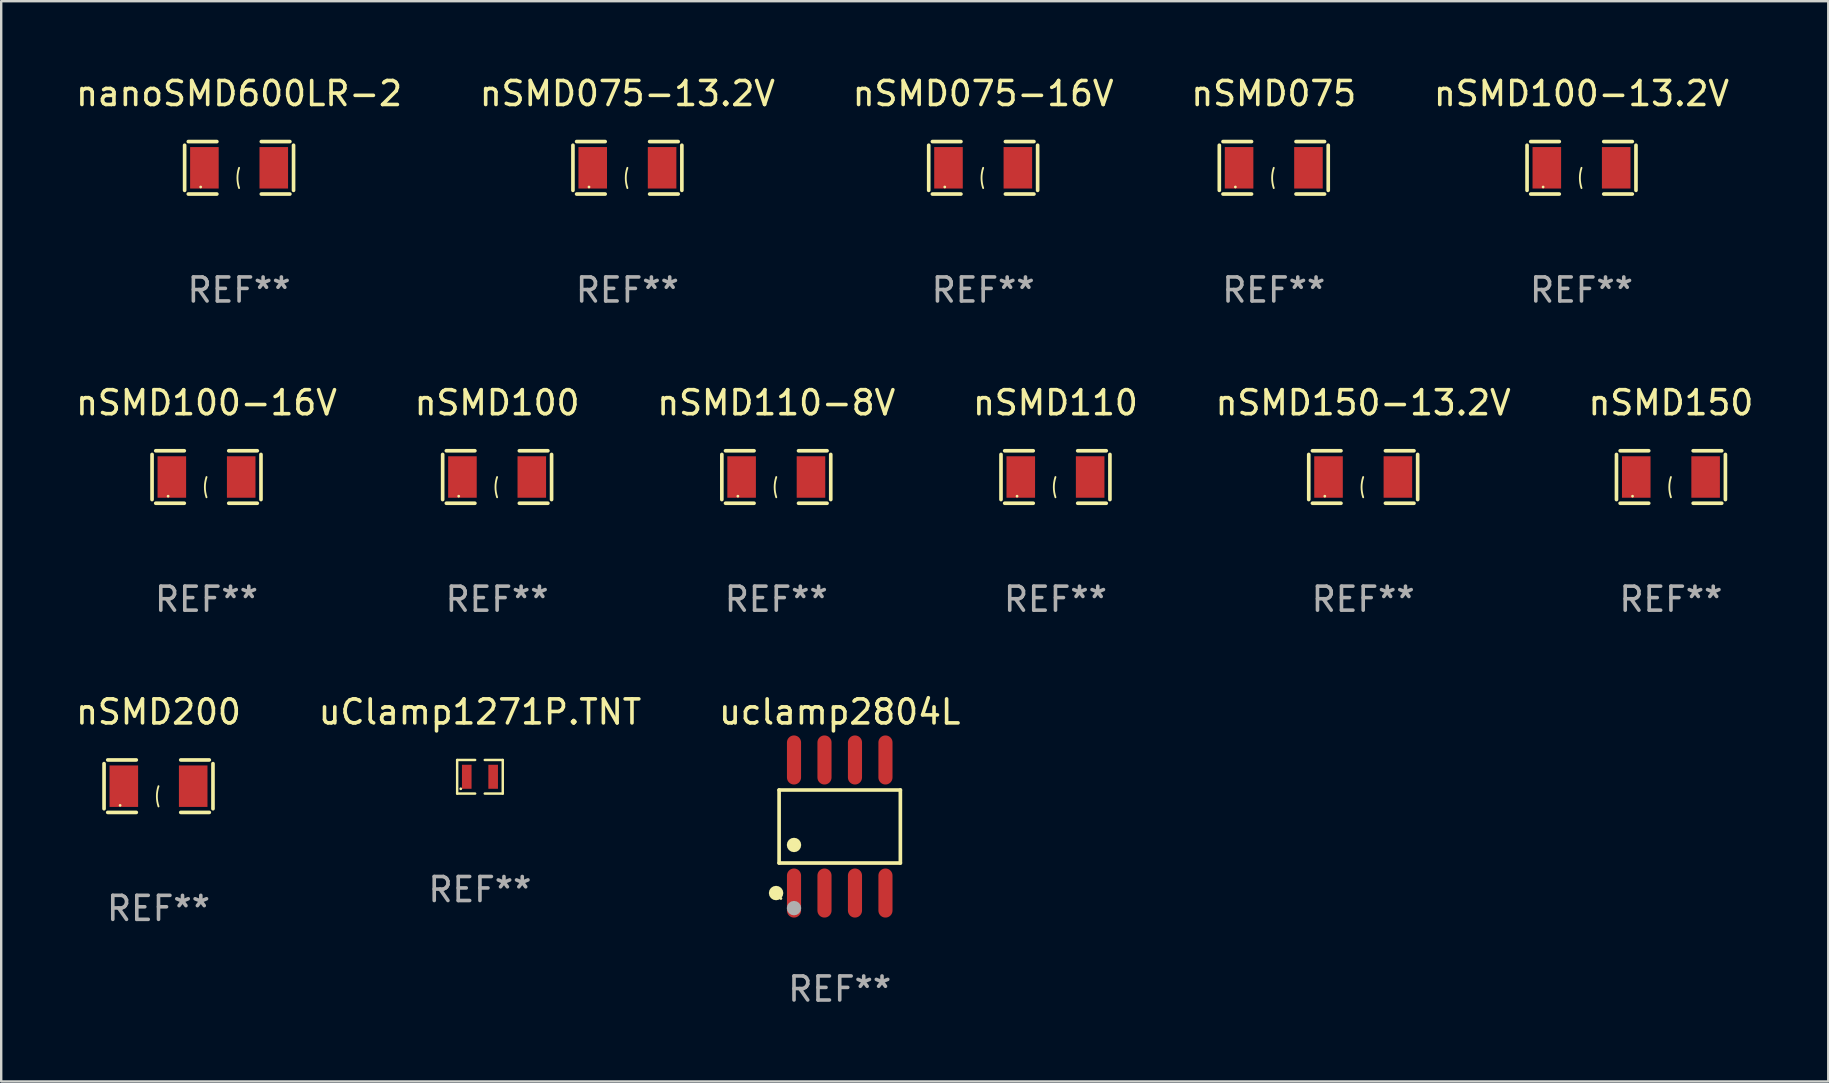
<source format=kicad_pcb>
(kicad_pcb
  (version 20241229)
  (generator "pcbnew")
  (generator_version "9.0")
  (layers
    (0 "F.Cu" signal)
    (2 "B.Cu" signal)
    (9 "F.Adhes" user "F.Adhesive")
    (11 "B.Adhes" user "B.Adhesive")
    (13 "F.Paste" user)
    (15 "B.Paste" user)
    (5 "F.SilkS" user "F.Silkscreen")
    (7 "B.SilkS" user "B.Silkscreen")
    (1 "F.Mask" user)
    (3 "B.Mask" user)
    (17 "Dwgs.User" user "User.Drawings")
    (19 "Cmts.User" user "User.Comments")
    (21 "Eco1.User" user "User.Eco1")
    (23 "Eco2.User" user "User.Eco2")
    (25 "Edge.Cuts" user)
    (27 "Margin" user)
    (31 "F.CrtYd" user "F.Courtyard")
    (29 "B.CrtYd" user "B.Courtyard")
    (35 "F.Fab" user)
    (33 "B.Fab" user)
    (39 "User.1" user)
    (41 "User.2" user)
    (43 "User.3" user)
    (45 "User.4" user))
  (footprint "nSMD075"
    (layer "F.Cu")
    (at 50.018 3.941)
    (property "Reference" "nSMD075" (at 0 -3.093 0) (layer "F.SilkS") (effects (font (size 1 1) (thickness 0.15))))
    (attr through_hole)
    (fp_line (start -2.269 -0.94) (end -2.269 0.94) (stroke (width 0.152) (type solid)) (layer "F.SilkS"))
    (fp_line (start -2.116 1.093) (end -0.926 1.093) (stroke (width 0.152) (type solid)) (layer "F.SilkS"))
    (fp_line (start -0.926 -1.093) (end -2.116 -1.093) (stroke (width 0.152) (type solid)) (layer "F.SilkS"))
    (fp_line (start 0.926 -1.093) (end 2.116 -1.093) (stroke (width 0.152) (type solid)) (layer "F.SilkS"))
    (fp_line (start 2.116 1.093) (end 0.926 1.093) (stroke (width 0.152) (type solid)) (layer "F.SilkS"))
    (fp_line (start 2.269 -0.94) (end 2.269 0.94) (stroke (width 0.152) (type solid)) (layer "F.SilkS"))
    (fp_arc (start 0 0.844951) (mid -0.068559 0.422475) (end 0 0) (stroke (width 0.0762) (type solid)) (layer "F.SilkS"))
    (fp_circle (center -1.6 0.8) (end -1.57 0.8) (stroke (width 0.06) (type solid)) (fill no) (layer "F.SilkS"))
    (fp_text user "REF**" (at 0 5.093 0) (layer "F.Fab") (effects (font (size 1 1) (thickness 0.15))))
    (pad "1" smd rect (at -1.445 0) (size 1.19 1.728) (layers "F.Cu" "F.Mask" "F.Paste"))
    (pad "2" smd rect (at 1.445 0) (size 1.19 1.728) (layers "F.Cu" "F.Mask" "F.Paste")))
  (footprint "nSMD150-13.2V"
    (layer "F.Cu")
    (at 53.744 16.823)
    (property "Reference" "nSMD150-13.2V" (at 0 -3.093 0) (layer "F.SilkS") (effects (font (size 1 1) (thickness 0.15))))
    (attr through_hole)
    (fp_line (start -2.269 -0.94) (end -2.269 0.94) (stroke (width 0.152) (type solid)) (layer "F.SilkS"))
    (fp_line (start -2.116 1.093) (end -0.926 1.093) (stroke (width 0.152) (type solid)) (layer "F.SilkS"))
    (fp_line (start -0.926 -1.093) (end -2.116 -1.093) (stroke (width 0.152) (type solid)) (layer "F.SilkS"))
    (fp_line (start 0.926 -1.093) (end 2.116 -1.093) (stroke (width 0.152) (type solid)) (layer "F.SilkS"))
    (fp_line (start 2.116 1.093) (end 0.926 1.093) (stroke (width 0.152) (type solid)) (layer "F.SilkS"))
    (fp_line (start 2.269 -0.94) (end 2.269 0.94) (stroke (width 0.152) (type solid)) (layer "F.SilkS"))
    (fp_arc (start 0 0.844951) (mid -0.068559 0.422475) (end 0 0) (stroke (width 0.0762) (type solid)) (layer "F.SilkS"))
    (fp_circle (center -1.6 0.8) (end -1.57 0.8) (stroke (width 0.06) (type solid)) (fill no) (layer "F.SilkS"))
    (fp_text user "REF**" (at 0 5.093 0) (layer "F.Fab") (effects (font (size 1 1) (thickness 0.15))))
    (pad "1" smd rect (at -1.445 0) (size 1.19 1.728) (layers "F.Cu" "F.Mask" "F.Paste"))
    (pad "2" smd rect (at 1.445 0) (size 1.19 1.728) (layers "F.Cu" "F.Mask" "F.Paste")))
  (footprint "nSMD200"
    (layer "F.Cu")
    (at 3.554 29.704)
    (property "Reference" "nSMD200" (at 0 -3.093 0) (layer "F.SilkS") (effects (font (size 1 1) (thickness 0.15))))
    (attr through_hole)
    (fp_line (start -2.269 -0.94) (end -2.269 0.94) (stroke (width 0.152) (type solid)) (layer "F.SilkS"))
    (fp_line (start -2.116 1.093) (end -0.926 1.093) (stroke (width 0.152) (type solid)) (layer "F.SilkS"))
    (fp_line (start -0.926 -1.093) (end -2.116 -1.093) (stroke (width 0.152) (type solid)) (layer "F.SilkS"))
    (fp_line (start 0.926 -1.093) (end 2.116 -1.093) (stroke (width 0.152) (type solid)) (layer "F.SilkS"))
    (fp_line (start 2.116 1.093) (end 0.926 1.093) (stroke (width 0.152) (type solid)) (layer "F.SilkS"))
    (fp_line (start 2.269 -0.94) (end 2.269 0.94) (stroke (width 0.152) (type solid)) (layer "F.SilkS"))
    (fp_arc (start 0 0.844951) (mid -0.068559 0.422475) (end 0 0) (stroke (width 0.0762) (type solid)) (layer "F.SilkS"))
    (fp_circle (center -1.6 0.8) (end -1.57 0.8) (stroke (width 0.06) (type solid)) (fill no) (layer "F.SilkS"))
    (fp_text user "REF**" (at 0 5.093 0) (layer "F.Fab") (effects (font (size 1 1) (thickness 0.15))))
    (pad "1" smd rect (at -1.445 0) (size 1.19 1.728) (layers "F.Cu" "F.Mask" "F.Paste"))
    (pad "2" smd rect (at 1.445 0) (size 1.19 1.728) (layers "F.Cu" "F.Mask" "F.Paste")))
  (footprint "nSMD075-13.2V"
    (layer "F.Cu")
    (at 23.089 3.941)
    (property "Reference" "nSMD075-13.2V" (at 0 -3.093 0) (layer "F.SilkS") (effects (font (size 1 1) (thickness 0.15))))
    (attr through_hole)
    (fp_line (start -2.269 -0.94) (end -2.269 0.94) (stroke (width 0.152) (type solid)) (layer "F.SilkS"))
    (fp_line (start -2.116 1.093) (end -0.926 1.093) (stroke (width 0.152) (type solid)) (layer "F.SilkS"))
    (fp_line (start -0.926 -1.093) (end -2.116 -1.093) (stroke (width 0.152) (type solid)) (layer "F.SilkS"))
    (fp_line (start 0.926 -1.093) (end 2.116 -1.093) (stroke (width 0.152) (type solid)) (layer "F.SilkS"))
    (fp_line (start 2.116 1.093) (end 0.926 1.093) (stroke (width 0.152) (type solid)) (layer "F.SilkS"))
    (fp_line (start 2.269 -0.94) (end 2.269 0.94) (stroke (width 0.152) (type solid)) (layer "F.SilkS"))
    (fp_arc (start 0 0.844951) (mid -0.068559 0.422475) (end 0 0) (stroke (width 0.0762) (type solid)) (layer "F.SilkS"))
    (fp_circle (center -1.6 0.8) (end -1.57 0.8) (stroke (width 0.06) (type solid)) (fill no) (layer "F.SilkS"))
    (fp_text user "REF**" (at 0 5.093 0) (layer "F.Fab") (effects (font (size 1 1) (thickness 0.15))))
    (pad "1" smd rect (at -1.445 0) (size 1.19 1.728) (layers "F.Cu" "F.Mask" "F.Paste"))
    (pad "2" smd rect (at 1.445 0) (size 1.19 1.728) (layers "F.Cu" "F.Mask" "F.Paste")))
  (footprint "nSMD100"
    (layer "F.Cu")
    (at 17.661 16.823)
    (property "Reference" "nSMD100" (at 0 -3.093 0) (layer "F.SilkS") (effects (font (size 1 1) (thickness 0.15))))
    (attr through_hole)
    (fp_line (start -2.269 -0.94) (end -2.269 0.94) (stroke (width 0.152) (type solid)) (layer "F.SilkS"))
    (fp_line (start -2.116 1.093) (end -0.926 1.093) (stroke (width 0.152) (type solid)) (layer "F.SilkS"))
    (fp_line (start -0.926 -1.093) (end -2.116 -1.093) (stroke (width 0.152) (type solid)) (layer "F.SilkS"))
    (fp_line (start 0.926 -1.093) (end 2.116 -1.093) (stroke (width 0.152) (type solid)) (layer "F.SilkS"))
    (fp_line (start 2.116 1.093) (end 0.926 1.093) (stroke (width 0.152) (type solid)) (layer "F.SilkS"))
    (fp_line (start 2.269 -0.94) (end 2.269 0.94) (stroke (width 0.152) (type solid)) (layer "F.SilkS"))
    (fp_arc (start 0 0.844951) (mid -0.068559 0.422475) (end 0 0) (stroke (width 0.0762) (type solid)) (layer "F.SilkS"))
    (fp_circle (center -1.6 0.8) (end -1.57 0.8) (stroke (width 0.06) (type solid)) (fill no) (layer "F.SilkS"))
    (fp_text user "REF**" (at 0 5.093 0) (layer "F.Fab") (effects (font (size 1 1) (thickness 0.15))))
    (pad "1" smd rect (at -1.445 0) (size 1.19 1.728) (layers "F.Cu" "F.Mask" "F.Paste"))
    (pad "2" smd rect (at 1.445 0) (size 1.19 1.728) (layers "F.Cu" "F.Mask" "F.Paste")))
  (footprint "nSMD150"
    (layer "F.Cu")
    (at 66.565 16.823)
    (property "Reference" "nSMD150" (at 0 -3.093 0) (layer "F.SilkS") (effects (font (size 1 1) (thickness 0.15))))
    (attr through_hole)
    (fp_line (start -2.269 -0.94) (end -2.269 0.94) (stroke (width 0.152) (type solid)) (layer "F.SilkS"))
    (fp_line (start -2.116 1.093) (end -0.926 1.093) (stroke (width 0.152) (type solid)) (layer "F.SilkS"))
    (fp_line (start -0.926 -1.093) (end -2.116 -1.093) (stroke (width 0.152) (type solid)) (layer "F.SilkS"))
    (fp_line (start 0.926 -1.093) (end 2.116 -1.093) (stroke (width 0.152) (type solid)) (layer "F.SilkS"))
    (fp_line (start 2.116 1.093) (end 0.926 1.093) (stroke (width 0.152) (type solid)) (layer "F.SilkS"))
    (fp_line (start 2.269 -0.94) (end 2.269 0.94) (stroke (width 0.152) (type solid)) (layer "F.SilkS"))
    (fp_arc (start 0 0.844951) (mid -0.068559 0.422475) (end 0 0) (stroke (width 0.0762) (type solid)) (layer "F.SilkS"))
    (fp_circle (center -1.6 0.8) (end -1.57 0.8) (stroke (width 0.06) (type solid)) (fill no) (layer "F.SilkS"))
    (fp_text user "REF**" (at 0 5.093 0) (layer "F.Fab") (effects (font (size 1 1) (thickness 0.15))))
    (pad "1" smd rect (at -1.445 0) (size 1.19 1.728) (layers "F.Cu" "F.Mask" "F.Paste"))
    (pad "2" smd rect (at 1.445 0) (size 1.19 1.728) (layers "F.Cu" "F.Mask" "F.Paste")))
  (footprint "uClamp1271P.TNT"
    (layer "F.Cu")
    (at 16.946 29.312)
    (property "Reference" "uClamp1271P.TNT" (at 0 -2.7 0) (layer "F.SilkS") (effects (font (size 1 1) (thickness 0.15))))
    (attr through_hole)
    (fp_line (start -0.95 -0.7) (end -0.95 0.7) (stroke (width 0.102) (type solid)) (layer "F.SilkS"))
    (fp_line (start -0.95 0.7) (end -0.2 0.7) (stroke (width 0.102) (type solid)) (layer "F.SilkS"))
    (fp_line (start -0.2 -0.7) (end -0.95 -0.7) (stroke (width 0.102) (type solid)) (layer "F.SilkS"))
    (fp_line (start 0.2 0.7) (end 0.95 0.7) (stroke (width 0.102) (type solid)) (layer "F.SilkS"))
    (fp_line (start 0.95 -0.7) (end 0.2 -0.7) (stroke (width 0.102) (type solid)) (layer "F.SilkS"))
    (fp_line (start 0.95 0.7) (end 0.95 -0.7) (stroke (width 0.102) (type solid)) (layer "F.SilkS"))
    (fp_circle (center -0.8 0.5) (end -0.77 0.5) (stroke (width 0.06) (type solid)) (fill no) (layer "F.SilkS"))
    (fp_text user "REF**" (at 0 4.7 0) (layer "F.Fab") (effects (font (size 1 1) (thickness 0.15))))
    (pad "1" smd rect (at -0.55 0.000254 90) (size 1 0.4) (layers "F.Cu" "F.Mask" "F.Paste"))
    (pad "2" smd rect (at 0.55 0.000254 90) (size 1 0.4) (layers "F.Cu" "F.Mask" "F.Paste")))
  (footprint "nSMD100-16V"
    (layer "F.Cu")
    (at 5.554 16.823)
    (property "Reference" "nSMD100-16V" (at 0 -3.093 0) (layer "F.SilkS") (effects (font (size 1 1) (thickness 0.15))))
    (attr through_hole)
    (fp_line (start -2.269 -0.94) (end -2.269 0.94) (stroke (width 0.152) (type solid)) (layer "F.SilkS"))
    (fp_line (start -2.116 1.093) (end -0.926 1.093) (stroke (width 0.152) (type solid)) (layer "F.SilkS"))
    (fp_line (start -0.926 -1.093) (end -2.116 -1.093) (stroke (width 0.152) (type solid)) (layer "F.SilkS"))
    (fp_line (start 0.926 -1.093) (end 2.116 -1.093) (stroke (width 0.152) (type solid)) (layer "F.SilkS"))
    (fp_line (start 2.116 1.093) (end 0.926 1.093) (stroke (width 0.152) (type solid)) (layer "F.SilkS"))
    (fp_line (start 2.269 -0.94) (end 2.269 0.94) (stroke (width 0.152) (type solid)) (layer "F.SilkS"))
    (fp_arc (start 0 0.844951) (mid -0.068559 0.422475) (end 0 0) (stroke (width 0.0762) (type solid)) (layer "F.SilkS"))
    (fp_circle (center -1.6 0.8) (end -1.57 0.8) (stroke (width 0.06) (type solid)) (fill no) (layer "F.SilkS"))
    (fp_text user "REF**" (at 0 5.093 0) (layer "F.Fab") (effects (font (size 1 1) (thickness 0.15))))
    (pad "1" smd rect (at -1.445 0) (size 1.19 1.728) (layers "F.Cu" "F.Mask" "F.Paste"))
    (pad "2" smd rect (at 1.445 0) (size 1.19 1.728) (layers "F.Cu" "F.Mask" "F.Paste")))
  (footprint "nSMD110"
    (layer "F.Cu")
    (at 40.923 16.823)
    (property "Reference" "nSMD110" (at 0 -3.093 0) (layer "F.SilkS") (effects (font (size 1 1) (thickness 0.15))))
    (attr through_hole)
    (fp_line (start -2.269 -0.94) (end -2.269 0.94) (stroke (width 0.152) (type solid)) (layer "F.SilkS"))
    (fp_line (start -2.116 1.093) (end -0.926 1.093) (stroke (width 0.152) (type solid)) (layer "F.SilkS"))
    (fp_line (start -0.926 -1.093) (end -2.116 -1.093) (stroke (width 0.152) (type solid)) (layer "F.SilkS"))
    (fp_line (start 0.926 -1.093) (end 2.116 -1.093) (stroke (width 0.152) (type solid)) (layer "F.SilkS"))
    (fp_line (start 2.116 1.093) (end 0.926 1.093) (stroke (width 0.152) (type solid)) (layer "F.SilkS"))
    (fp_line (start 2.269 -0.94) (end 2.269 0.94) (stroke (width 0.152) (type solid)) (layer "F.SilkS"))
    (fp_arc (start 0 0.844951) (mid -0.068559 0.422475) (end 0 0) (stroke (width 0.0762) (type solid)) (layer "F.SilkS"))
    (fp_circle (center -1.6 0.8) (end -1.57 0.8) (stroke (width 0.06) (type solid)) (fill no) (layer "F.SilkS"))
    (fp_text user "REF**" (at 0 5.093 0) (layer "F.Fab") (effects (font (size 1 1) (thickness 0.15))))
    (pad "1" smd rect (at -1.445 0) (size 1.19 1.728) (layers "F.Cu" "F.Mask" "F.Paste"))
    (pad "2" smd rect (at 1.445 0) (size 1.19 1.728) (layers "F.Cu" "F.Mask" "F.Paste")))
  (footprint "nSMD075-16V"
    (layer "F.Cu")
    (at 37.911 3.941)
    (property "Reference" "nSMD075-16V" (at 0 -3.093 0) (layer "F.SilkS") (effects (font (size 1 1) (thickness 0.15))))
    (attr through_hole)
    (fp_line (start -2.269 -0.94) (end -2.269 0.94) (stroke (width 0.152) (type solid)) (layer "F.SilkS"))
    (fp_line (start -2.116 1.093) (end -0.926 1.093) (stroke (width 0.152) (type solid)) (layer "F.SilkS"))
    (fp_line (start -0.926 -1.093) (end -2.116 -1.093) (stroke (width 0.152) (type solid)) (layer "F.SilkS"))
    (fp_line (start 0.926 -1.093) (end 2.116 -1.093) (stroke (width 0.152) (type solid)) (layer "F.SilkS"))
    (fp_line (start 2.116 1.093) (end 0.926 1.093) (stroke (width 0.152) (type solid)) (layer "F.SilkS"))
    (fp_line (start 2.269 -0.94) (end 2.269 0.94) (stroke (width 0.152) (type solid)) (layer "F.SilkS"))
    (fp_arc (start 0 0.844951) (mid -0.068559 0.422475) (end 0 0) (stroke (width 0.0762) (type solid)) (layer "F.SilkS"))
    (fp_circle (center -1.6 0.8) (end -1.57 0.8) (stroke (width 0.06) (type solid)) (fill no) (layer "F.SilkS"))
    (fp_text user "REF**" (at 0 5.093 0) (layer "F.Fab") (effects (font (size 1 1) (thickness 0.15))))
    (pad "1" smd rect (at -1.445 0) (size 1.19 1.728) (layers "F.Cu" "F.Mask" "F.Paste"))
    (pad "2" smd rect (at 1.445 0) (size 1.19 1.728) (layers "F.Cu" "F.Mask" "F.Paste")))
  (footprint "nanoSMD600LR-2"
    (layer "F.Cu")
    (at 6.911 3.941)
    (property "Reference" "nanoSMD600LR-2" (at 0 -3.093 0) (layer "F.SilkS") (effects (font (size 1 1) (thickness 0.15))))
    (attr through_hole)
    (fp_line (start -2.269 -0.94) (end -2.269 0.94) (stroke (width 0.152) (type solid)) (layer "F.SilkS"))
    (fp_line (start -2.116 1.093) (end -0.926 1.093) (stroke (width 0.152) (type solid)) (layer "F.SilkS"))
    (fp_line (start -0.926 -1.093) (end -2.116 -1.093) (stroke (width 0.152) (type solid)) (layer "F.SilkS"))
    (fp_line (start 0.926 -1.093) (end 2.116 -1.093) (stroke (width 0.152) (type solid)) (layer "F.SilkS"))
    (fp_line (start 2.116 1.093) (end 0.926 1.093) (stroke (width 0.152) (type solid)) (layer "F.SilkS"))
    (fp_line (start 2.269 -0.94) (end 2.269 0.94) (stroke (width 0.152) (type solid)) (layer "F.SilkS"))
    (fp_arc (start 0 0.844951) (mid -0.068559 0.422475) (end 0 0) (stroke (width 0.0762) (type solid)) (layer "F.SilkS"))
    (fp_circle (center -1.6 0.8) (end -1.57 0.8) (stroke (width 0.06) (type solid)) (fill no) (layer "F.SilkS"))
    (fp_text user "REF**" (at 0 5.093 0) (layer "F.Fab") (effects (font (size 1 1) (thickness 0.15))))
    (pad "1" smd rect (at -1.445 0) (size 1.19 1.728) (layers "F.Cu" "F.Mask" "F.Paste"))
    (pad "2" smd rect (at 1.445 0) (size 1.19 1.728) (layers "F.Cu" "F.Mask" "F.Paste")))
  (footprint "nSMD100-13.2V"
    (layer "F.Cu")
    (at 62.839 3.941)
    (property "Reference" "nSMD100-13.2V" (at 0 -3.093 0) (layer "F.SilkS") (effects (font (size 1 1) (thickness 0.15))))
    (attr through_hole)
    (fp_line (start -2.269 -0.94) (end -2.269 0.94) (stroke (width 0.152) (type solid)) (layer "F.SilkS"))
    (fp_line (start -2.116 1.093) (end -0.926 1.093) (stroke (width 0.152) (type solid)) (layer "F.SilkS"))
    (fp_line (start -0.926 -1.093) (end -2.116 -1.093) (stroke (width 0.152) (type solid)) (layer "F.SilkS"))
    (fp_line (start 0.926 -1.093) (end 2.116 -1.093) (stroke (width 0.152) (type solid)) (layer "F.SilkS"))
    (fp_line (start 2.116 1.093) (end 0.926 1.093) (stroke (width 0.152) (type solid)) (layer "F.SilkS"))
    (fp_line (start 2.269 -0.94) (end 2.269 0.94) (stroke (width 0.152) (type solid)) (layer "F.SilkS"))
    (fp_arc (start 0 0.844951) (mid -0.068559 0.422475) (end 0 0) (stroke (width 0.0762) (type solid)) (layer "F.SilkS"))
    (fp_circle (center -1.6 0.8) (end -1.57 0.8) (stroke (width 0.06) (type solid)) (fill no) (layer "F.SilkS"))
    (fp_text user "REF**" (at 0 5.093 0) (layer "F.Fab") (effects (font (size 1 1) (thickness 0.15))))
    (pad "1" smd rect (at -1.445 0) (size 1.19 1.728) (layers "F.Cu" "F.Mask" "F.Paste"))
    (pad "2" smd rect (at 1.445 0) (size 1.19 1.728) (layers "F.Cu" "F.Mask" "F.Paste")))
  (footprint "nSMD110-8V"
    (layer "F.Cu")
    (at 29.292 16.823)
    (property "Reference" "nSMD110-8V" (at 0 -3.093 0) (layer "F.SilkS") (effects (font (size 1 1) (thickness 0.15))))
    (attr through_hole)
    (fp_line (start -2.269 -0.94) (end -2.269 0.94) (stroke (width 0.152) (type solid)) (layer "F.SilkS"))
    (fp_line (start -2.116 1.093) (end -0.926 1.093) (stroke (width 0.152) (type solid)) (layer "F.SilkS"))
    (fp_line (start -0.926 -1.093) (end -2.116 -1.093) (stroke (width 0.152) (type solid)) (layer "F.SilkS"))
    (fp_line (start 0.926 -1.093) (end 2.116 -1.093) (stroke (width 0.152) (type solid)) (layer "F.SilkS"))
    (fp_line (start 2.116 1.093) (end 0.926 1.093) (stroke (width 0.152) (type solid)) (layer "F.SilkS"))
    (fp_line (start 2.269 -0.94) (end 2.269 0.94) (stroke (width 0.152) (type solid)) (layer "F.SilkS"))
    (fp_arc (start 0 0.844951) (mid -0.068559 0.422475) (end 0 0) (stroke (width 0.0762) (type solid)) (layer "F.SilkS"))
    (fp_circle (center -1.6 0.8) (end -1.57 0.8) (stroke (width 0.06) (type solid)) (fill no) (layer "F.SilkS"))
    (fp_text user "REF**" (at 0 5.093 0) (layer "F.Fab") (effects (font (size 1 1) (thickness 0.15))))
    (pad "1" smd rect (at -1.445 0) (size 1.19 1.728) (layers "F.Cu" "F.Mask" "F.Paste"))
    (pad "2" smd rect (at 1.445 0) (size 1.19 1.728) (layers "F.Cu" "F.Mask" "F.Paste")))
  (footprint "uclamp2804L"
    (layer "F.Cu")
    (at 31.935 31.384)
    (property "Reference" "uclamp2804L" (at 0 -4.772 0) (layer "F.SilkS") (effects (font (size 1 1) (thickness 0.15))))
    (attr through_hole)
    (fp_line (start -2.526 -1.521) (end 2.526 -1.521) (stroke (width 0.152) (type solid)) (layer "F.SilkS"))
    (fp_line (start -2.526 1.521) (end -2.526 -1.521) (stroke (width 0.152) (type solid)) (layer "F.SilkS"))
    (fp_line (start 2.526 -1.521) (end 2.526 1.521) (stroke (width 0.152) (type solid)) (layer "F.SilkS"))
    (fp_line (start 2.526 1.521) (end -2.526 1.521) (stroke (width 0.152) (type solid)) (layer "F.SilkS"))
    (fp_circle (center -2.652 2.772) (end -2.501 2.772) (stroke (width 0.3) (type solid)) (fill no) (layer "F.SilkS"))
    (fp_circle (center -2.45 3) (end -2.42 3) (stroke (width 0.06) (type solid)) (fill no) (layer "F.SilkS"))
    (fp_circle (center -1.905 0.769) (end -1.755 0.769) (stroke (width 0.3) (type solid)) (fill no) (layer "F.SilkS"))
    (fp_circle (center -1.905 3.4) (end -1.755 3.4) (stroke (width 0.3) (type solid)) (fill no) (layer "F.Fab"))
    (fp_text user "REF**" (at 0 6.772 0) (layer "F.Fab") (effects (font (size 1 1) (thickness 0.15))))
    (pad "1" smd oval (at -1.905 2.772) (size 0.588 2.045) (layers "F.Cu" "F.Mask" "F.Paste"))
    (pad "2" smd oval (at -0.635 2.772) (size 0.588 2.045) (layers "F.Cu" "F.Mask" "F.Paste"))
    (pad "3" smd oval (at 0.635 2.772) (size 0.588 2.045) (layers "F.Cu" "F.Mask" "F.Paste"))
    (pad "4" smd oval (at 1.905 2.772) (size 0.588 2.045) (layers "F.Cu" "F.Mask" "F.Paste"))
    (pad "5" smd oval (at 1.905 -2.772) (size 0.588 2.045) (layers "F.Cu" "F.Mask" "F.Paste"))
    (pad "6" smd oval (at 0.635 -2.772) (size 0.588 2.045) (layers "F.Cu" "F.Mask" "F.Paste"))
    (pad "7" smd oval (at -0.635 -2.772) (size 0.588 2.045) (layers "F.Cu" "F.Mask" "F.Paste"))
    (pad "8" smd oval (at -1.905 -2.772) (size 0.588 2.045) (layers "F.Cu" "F.Mask" "F.Paste")))
  (gr_rect
    (start -3 -3)
    (end 73.119 42.005)
    (stroke (width 0.1) (type default))
    (fill no)
    (layer "Edge.Cuts")))
</source>
